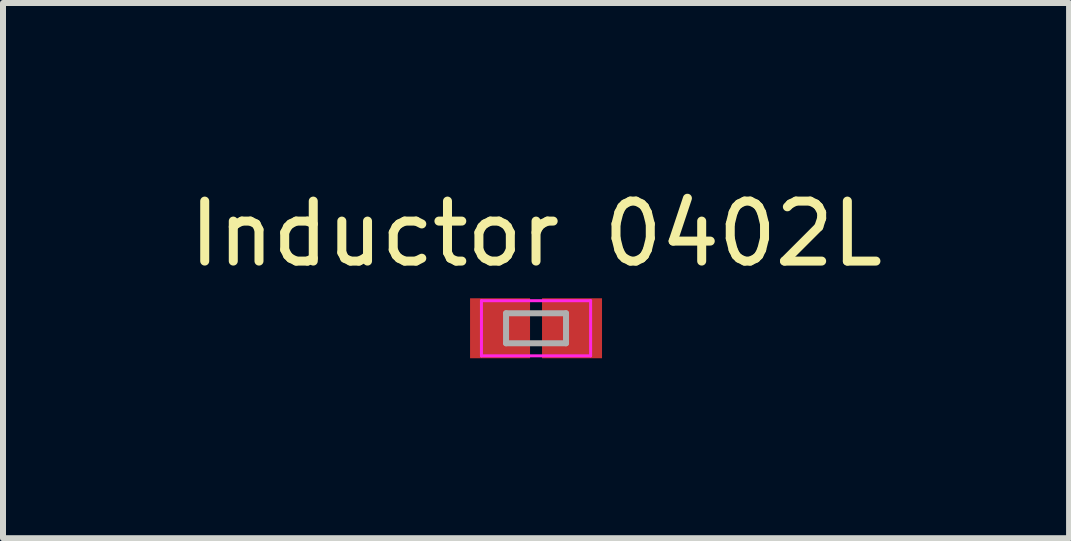
<source format=kicad_pcb>
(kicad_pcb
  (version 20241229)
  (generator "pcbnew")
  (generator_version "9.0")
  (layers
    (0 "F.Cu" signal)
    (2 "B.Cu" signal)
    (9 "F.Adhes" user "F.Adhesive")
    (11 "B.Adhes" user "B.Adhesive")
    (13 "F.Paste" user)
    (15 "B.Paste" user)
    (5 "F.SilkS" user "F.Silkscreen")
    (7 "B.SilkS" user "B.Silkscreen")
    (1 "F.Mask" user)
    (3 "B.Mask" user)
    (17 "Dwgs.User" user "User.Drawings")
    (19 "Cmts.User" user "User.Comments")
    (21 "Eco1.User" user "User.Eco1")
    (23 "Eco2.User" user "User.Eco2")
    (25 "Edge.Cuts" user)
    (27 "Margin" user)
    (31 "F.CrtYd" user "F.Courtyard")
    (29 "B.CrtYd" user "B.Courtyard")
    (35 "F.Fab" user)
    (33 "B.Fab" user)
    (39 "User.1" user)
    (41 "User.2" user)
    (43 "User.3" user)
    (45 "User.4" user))
  (footprint "Inductor 0402L"
    (layer "F.Cu")
    (at 5.887 2.423)
    (property "Reference" "Inductor 0402L" (at 0 -1.575 0) (layer "F.SilkS") (effects (font (size 1 1) (thickness 0.15))))
    (attr smd)
    (fp_line (start -0.91 -0.46) (end 0.91 -0.46) (stroke (width 0.05) (type solid)) (layer "F.CrtYd"))
    (fp_line (start -0.91 0.46) (end -0.91 -0.46) (stroke (width 0.05) (type solid)) (layer "F.CrtYd"))
    (fp_line (start 0.91 -0.46) (end 0.91 0.46) (stroke (width 0.05) (type solid)) (layer "F.CrtYd"))
    (fp_line (start 0.91 0.46) (end -0.91 0.46) (stroke (width 0.05) (type solid)) (layer "F.CrtYd"))
    (fp_line (start -0.5 -0.25) (end 0.5 -0.25) (stroke (width 0.1) (type solid)) (layer "F.Fab"))
    (fp_line (start -0.5 0.25) (end -0.5 -0.25) (stroke (width 0.1) (type solid)) (layer "F.Fab"))
    (fp_line (start 0.5 -0.25) (end 0.5 0.25) (stroke (width 0.1) (type solid)) (layer "F.Fab"))
    (fp_line (start 0.5 0.25) (end -0.5 0.25) (stroke (width 0.1) (type solid)) (layer "F.Fab"))
    (pad "1" smd rect (at -0.6 0) (size 1 1) (layers "F.Cu" "F.Mask" "F.Paste"))
    (pad "2" smd rect (at 0.6 0) (size 1 1) (layers "F.Cu" "F.Mask" "F.Paste")))
  (gr_rect
    (start -3 -3)
    (end 14.774 5.923)
    (stroke (width 0.1) (type default))
    (fill no)
    (layer "Edge.Cuts")))
</source>
